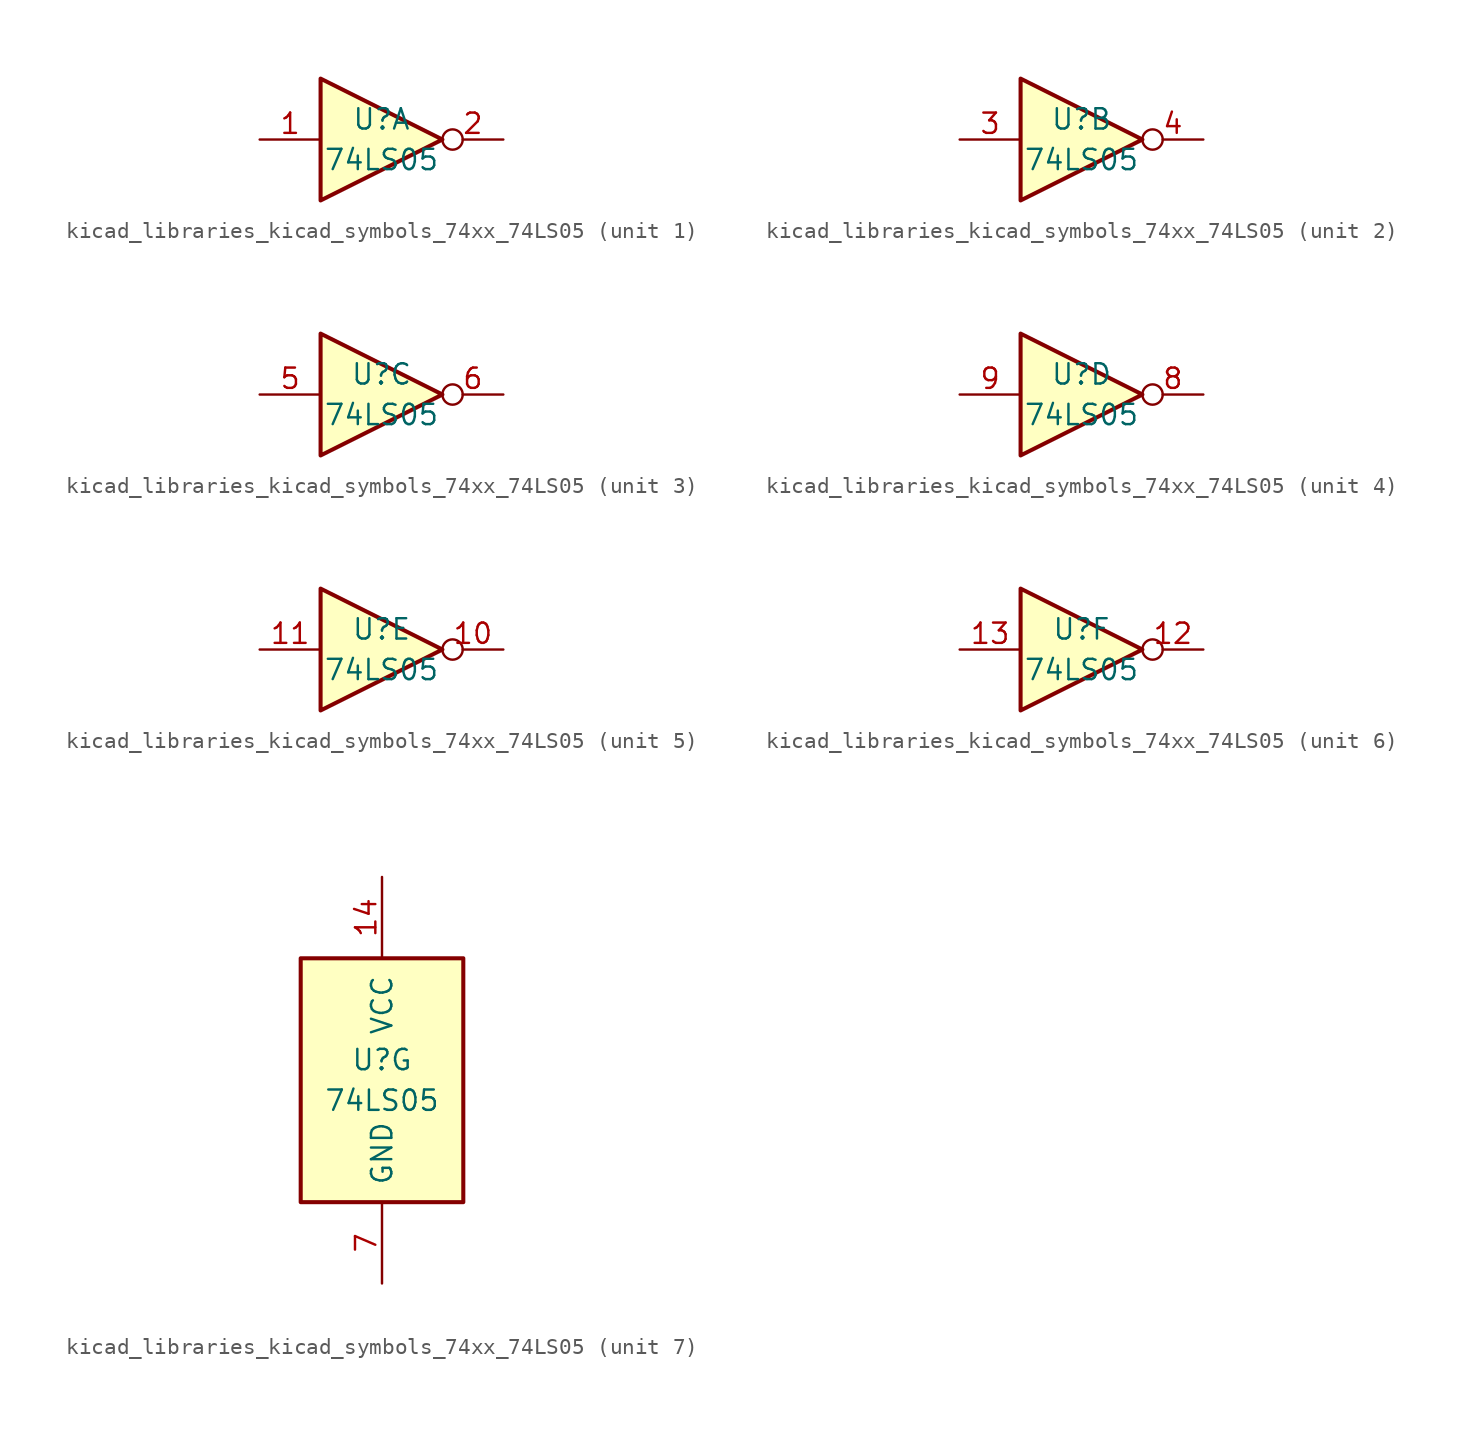
<source format=kicad_sym>
(kicad_symbol_lib
  (version 20220914)
  (generator kicad_symbol_editor)
  (symbol "kicad_libraries_kicad_symbols_74xx_74LS05"
    (pin_names
      (offset 1.016))
    (property "Reference" "U"
      (at 0 1.27 0)
      (effects (font (size 1.27 1.27))))
    (property "Value" "74LS05"
      (at 0 -1.27 0)
      (effects (font (size 1.27 1.27))))
    (property "ki_locked" ""
      (at 0 0 0)
      (effects (font (size 1.27 1.27))))
    (symbol "kicad_libraries_kicad_symbols_74xx_74LS05_1_0"
      (polyline (pts (xy -3.81 3.81) (xy -3.81 -3.81) (xy 3.81 0) (xy -3.81 3.81)) (stroke (width 0.254) (type default)) (fill (type background)))
      (pin input line (at -7.62 0 0) (length 3.81) (name "~" (effects (font (size 1.27 1.27)))) (number "1" (effects (font (size 1.27 1.27)))))
      (pin open_collector inverted (at 7.62 0 180) (length 3.81) (name "~" (effects (font (size 1.27 1.27)))) (number "2" (effects (font (size 1.27 1.27))))))
    (symbol "kicad_libraries_kicad_symbols_74xx_74LS05_2_0"
      (polyline (pts (xy -3.81 3.81) (xy -3.81 -3.81) (xy 3.81 0) (xy -3.81 3.81)) (stroke (width 0.254) (type default)) (fill (type background)))
      (pin input line (at -7.62 0 0) (length 3.81) (name "~" (effects (font (size 1.27 1.27)))) (number "3" (effects (font (size 1.27 1.27)))))
      (pin open_collector inverted (at 7.62 0 180) (length 3.81) (name "~" (effects (font (size 1.27 1.27)))) (number "4" (effects (font (size 1.27 1.27))))))
    (symbol "kicad_libraries_kicad_symbols_74xx_74LS05_3_0"
      (polyline (pts (xy -3.81 3.81) (xy -3.81 -3.81) (xy 3.81 0) (xy -3.81 3.81)) (stroke (width 0.254) (type default)) (fill (type background)))
      (pin input line (at -7.62 0 0) (length 3.81) (name "~" (effects (font (size 1.27 1.27)))) (number "5" (effects (font (size 1.27 1.27)))))
      (pin open_collector inverted (at 7.62 0 180) (length 3.81) (name "~" (effects (font (size 1.27 1.27)))) (number "6" (effects (font (size 1.27 1.27))))))
    (symbol "kicad_libraries_kicad_symbols_74xx_74LS05_4_0"
      (polyline (pts (xy -3.81 3.81) (xy -3.81 -3.81) (xy 3.81 0) (xy -3.81 3.81)) (stroke (width 0.254) (type default)) (fill (type background)))
      (pin open_collector inverted (at 7.62 0 180) (length 3.81) (name "~" (effects (font (size 1.27 1.27)))) (number "8" (effects (font (size 1.27 1.27)))))
      (pin input line (at -7.62 0 0) (length 3.81) (name "~" (effects (font (size 1.27 1.27)))) (number "9" (effects (font (size 1.27 1.27))))))
    (symbol "kicad_libraries_kicad_symbols_74xx_74LS05_5_0"
      (polyline (pts (xy -3.81 3.81) (xy -3.81 -3.81) (xy 3.81 0) (xy -3.81 3.81)) (stroke (width 0.254) (type default)) (fill (type background)))
      (pin open_collector inverted (at 7.62 0 180) (length 3.81) (name "~" (effects (font (size 1.27 1.27)))) (number "10" (effects (font (size 1.27 1.27)))))
      (pin input line (at -7.62 0 0) (length 3.81) (name "~" (effects (font (size 1.27 1.27)))) (number "11" (effects (font (size 1.27 1.27))))))
    (symbol "kicad_libraries_kicad_symbols_74xx_74LS05_6_0"
      (polyline (pts (xy -3.81 3.81) (xy -3.81 -3.81) (xy 3.81 0) (xy -3.81 3.81)) (stroke (width 0.254) (type default)) (fill (type background)))
      (pin open_collector inverted (at 7.62 0 180) (length 3.81) (name "~" (effects (font (size 1.27 1.27)))) (number "12" (effects (font (size 1.27 1.27)))))
      (pin input line (at -7.62 0 0) (length 3.81) (name "~" (effects (font (size 1.27 1.27)))) (number "13" (effects (font (size 1.27 1.27))))))
    (symbol "kicad_libraries_kicad_symbols_74xx_74LS05_7_0"
      (pin power_in line (at 0 12.7 270) (length 5.08) (name "VCC" (effects (font (size 1.27 1.27)))) (number "14" (effects (font (size 1.27 1.27)))))
      (pin power_in line (at 0 -12.7 90) (length 5.08) (name "GND" (effects (font (size 1.27 1.27)))) (number "7" (effects (font (size 1.27 1.27))))))
    (symbol "kicad_libraries_kicad_symbols_74xx_74LS05_7_1"
      (rectangle (start -5.08 7.62) (end 5.08 -7.62) (stroke (width 0.254) (type default)) (fill (type background))))))
</source>
